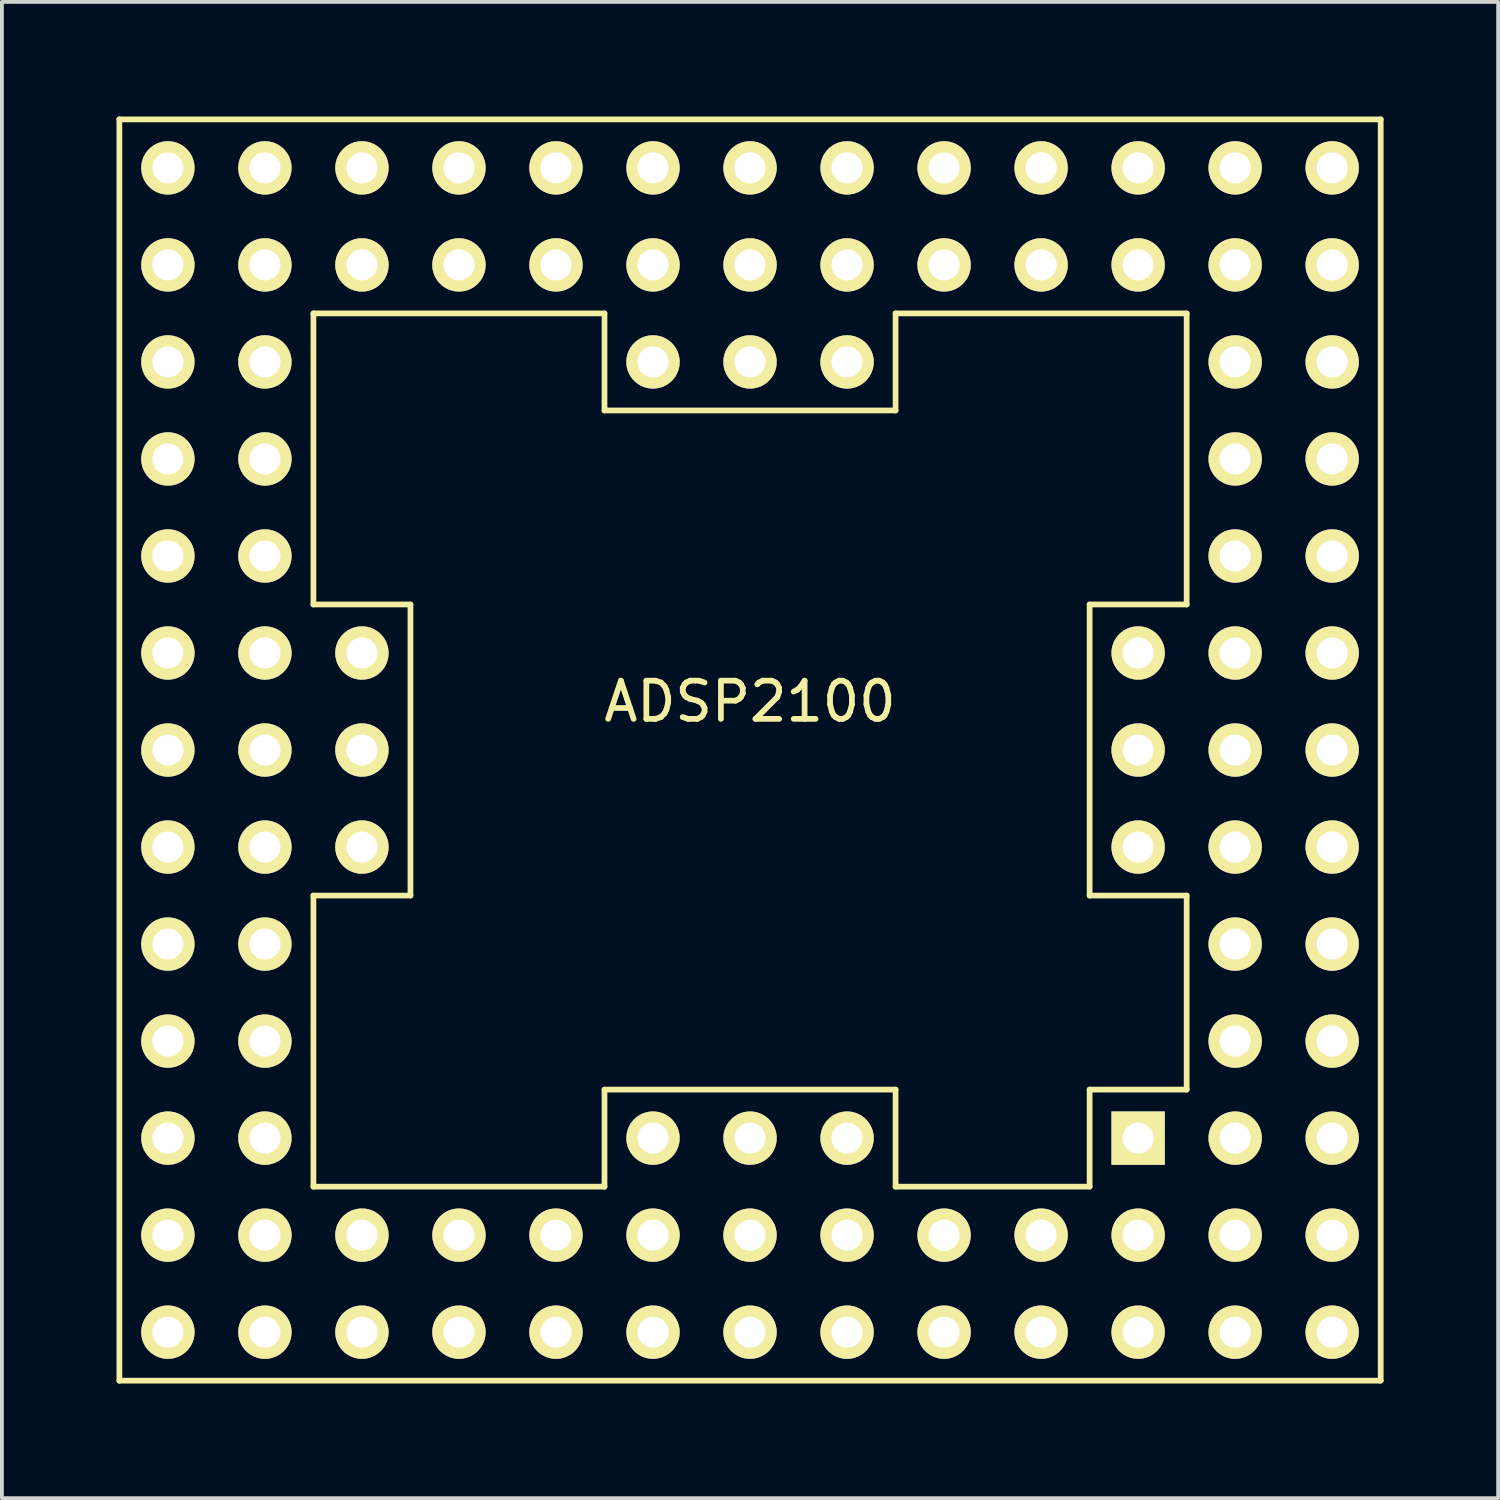
<source format=kicad_pcb>
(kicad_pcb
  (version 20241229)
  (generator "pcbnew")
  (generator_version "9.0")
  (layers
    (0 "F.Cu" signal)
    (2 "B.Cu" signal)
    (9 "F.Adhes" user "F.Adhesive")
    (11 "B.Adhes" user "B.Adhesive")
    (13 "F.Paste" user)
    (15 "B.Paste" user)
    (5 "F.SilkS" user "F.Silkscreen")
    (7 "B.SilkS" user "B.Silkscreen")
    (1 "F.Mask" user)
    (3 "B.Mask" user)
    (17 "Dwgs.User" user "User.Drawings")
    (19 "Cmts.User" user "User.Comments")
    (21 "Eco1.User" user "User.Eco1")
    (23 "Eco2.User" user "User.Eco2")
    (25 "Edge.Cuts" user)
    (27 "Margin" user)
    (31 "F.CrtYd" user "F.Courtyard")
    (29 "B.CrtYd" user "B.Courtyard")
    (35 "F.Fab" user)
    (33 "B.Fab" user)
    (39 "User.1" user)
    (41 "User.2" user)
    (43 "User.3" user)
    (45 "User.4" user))
  (footprint "ADSP2100"
    (layer "F.Cu")
    (at 16.585 16.585)
    (property "Reference" "ADSP2100" (at 0 -1.27 0) (layer "F.SilkS") (effects (font (size 1 1) (thickness 0.15))))
    (attr through_hole)
    (fp_line (start -16.51 -16.51) (end 16.51 -16.51) (stroke (width 0.15) (type solid)) (layer "F.SilkS"))
    (fp_line (start -16.51 16.51) (end -16.51 -16.51) (stroke (width 0.15) (type solid)) (layer "F.SilkS"))
    (fp_line (start -11.43 -11.43) (end -3.81 -11.43) (stroke (width 0.15) (type solid)) (layer "F.SilkS"))
    (fp_line (start -11.43 -3.81) (end -11.43 -11.43) (stroke (width 0.15) (type solid)) (layer "F.SilkS"))
    (fp_line (start -11.43 3.81) (end -8.89 3.81) (stroke (width 0.15) (type solid)) (layer "F.SilkS"))
    (fp_line (start -11.43 11.43) (end -11.43 3.81) (stroke (width 0.15) (type solid)) (layer "F.SilkS"))
    (fp_line (start -8.89 -3.81) (end -11.43 -3.81) (stroke (width 0.15) (type solid)) (layer "F.SilkS"))
    (fp_line (start -8.89 3.81) (end -8.89 -3.81) (stroke (width 0.15) (type solid)) (layer "F.SilkS"))
    (fp_line (start -3.81 -11.43) (end -3.81 -8.89) (stroke (width 0.15) (type solid)) (layer "F.SilkS"))
    (fp_line (start -3.81 -8.89) (end 3.81 -8.89) (stroke (width 0.15) (type solid)) (layer "F.SilkS"))
    (fp_line (start -3.81 8.89) (end -3.81 11.43) (stroke (width 0.15) (type solid)) (layer "F.SilkS"))
    (fp_line (start -3.81 11.43) (end -11.43 11.43) (stroke (width 0.15) (type solid)) (layer "F.SilkS"))
    (fp_line (start 3.81 -11.43) (end 11.43 -11.43) (stroke (width 0.15) (type solid)) (layer "F.SilkS"))
    (fp_line (start 3.81 -8.89) (end 3.81 -11.43) (stroke (width 0.15) (type solid)) (layer "F.SilkS"))
    (fp_line (start 3.81 8.89) (end -3.81 8.89) (stroke (width 0.15) (type solid)) (layer "F.SilkS"))
    (fp_line (start 3.81 11.43) (end 3.81 8.89) (stroke (width 0.15) (type solid)) (layer "F.SilkS"))
    (fp_line (start 8.89 -3.81) (end 8.89 3.81) (stroke (width 0.15) (type solid)) (layer "F.SilkS"))
    (fp_line (start 8.89 3.81) (end 11.43 3.81) (stroke (width 0.15) (type solid)) (layer "F.SilkS"))
    (fp_line (start 8.89 8.89) (end 8.89 11.43) (stroke (width 0.15) (type solid)) (layer "F.SilkS"))
    (fp_line (start 8.89 11.43) (end 3.81 11.43) (stroke (width 0.15) (type solid)) (layer "F.SilkS"))
    (fp_line (start 11.43 -11.43) (end 11.43 -3.81) (stroke (width 0.15) (type solid)) (layer "F.SilkS"))
    (fp_line (start 11.43 -3.81) (end 8.89 -3.81) (stroke (width 0.15) (type solid)) (layer "F.SilkS"))
    (fp_line (start 11.43 3.81) (end 11.43 8.89) (stroke (width 0.15) (type solid)) (layer "F.SilkS"))
    (fp_line (start 11.43 8.89) (end 8.89 8.89) (stroke (width 0.15) (type solid)) (layer "F.SilkS"))
    (fp_line (start 16.51 -16.51) (end 16.51 16.51) (stroke (width 0.15) (type solid)) (layer "F.SilkS"))
    (fp_line (start 16.51 16.51) (end -16.51 16.51) (stroke (width 0.15) (type solid)) (layer "F.SilkS"))
    (pad "A1" thru_hole circle (at 15.24 15.24) (size 1.397 1.397) (drill 0.813) (layers "*.Cu" "*.Mask" "F.SilkS"))
    (pad "A2" thru_hole circle (at 12.7 15.24) (size 1.397 1.397) (drill 0.813) (layers "*.Cu" "*.Mask" "F.SilkS"))
    (pad "A3" thru_hole circle (at 10.16 15.24) (size 1.397 1.397) (drill 0.813) (layers "*.Cu" "*.Mask" "F.SilkS"))
    (pad "A4" thru_hole circle (at 7.62 15.24) (size 1.397 1.397) (drill 0.813) (layers "*.Cu" "*.Mask" "F.SilkS"))
    (pad "A5" thru_hole circle (at 5.08 15.24) (size 1.397 1.397) (drill 0.813) (layers "*.Cu" "*.Mask" "F.SilkS"))
    (pad "A6" thru_hole circle (at 2.54 15.24) (size 1.397 1.397) (drill 0.813) (layers "*.Cu" "*.Mask" "F.SilkS"))
    (pad "A7" thru_hole circle (at 0 15.24) (size 1.397 1.397) (drill 0.813) (layers "*.Cu" "*.Mask" "F.SilkS"))
    (pad "A8" thru_hole circle (at -2.54 15.24) (size 1.397 1.397) (drill 0.813) (layers "*.Cu" "*.Mask" "F.SilkS"))
    (pad "A9" thru_hole circle (at -5.08 15.24) (size 1.397 1.397) (drill 0.813) (layers "*.Cu" "*.Mask" "F.SilkS"))
    (pad "A10" thru_hole circle (at -7.62 15.24) (size 1.397 1.397) (drill 0.813) (layers "*.Cu" "*.Mask" "F.SilkS"))
    (pad "A11" thru_hole circle (at -10.16 15.24) (size 1.397 1.397) (drill 0.813) (layers "*.Cu" "*.Mask" "F.SilkS"))
    (pad "A12" thru_hole circle (at -12.7 15.24) (size 1.397 1.397) (drill 0.813) (layers "*.Cu" "*.Mask" "F.SilkS"))
    (pad "A13" thru_hole circle (at -15.24 15.24) (size 1.397 1.397) (drill 0.813) (layers "*.Cu" "*.Mask" "F.SilkS"))
    (pad "B1" thru_hole circle (at 15.24 12.7) (size 1.397 1.397) (drill 0.813) (layers "*.Cu" "*.Mask" "F.SilkS"))
    (pad "B2" thru_hole circle (at 12.7 12.7) (size 1.397 1.397) (drill 0.813) (layers "*.Cu" "*.Mask" "F.SilkS"))
    (pad "B3" thru_hole circle (at 10.16 12.7) (size 1.397 1.397) (drill 0.813) (layers "*.Cu" "*.Mask" "F.SilkS"))
    (pad "B4" thru_hole circle (at 7.62 12.7) (size 1.397 1.397) (drill 0.813) (layers "*.Cu" "*.Mask" "F.SilkS"))
    (pad "B5" thru_hole circle (at 5.08 12.7) (size 1.397 1.397) (drill 0.813) (layers "*.Cu" "*.Mask" "F.SilkS"))
    (pad "B6" thru_hole circle (at 2.54 12.7) (size 1.397 1.397) (drill 0.813) (layers "*.Cu" "*.Mask" "F.SilkS"))
    (pad "B7" thru_hole circle (at 0 12.7) (size 1.397 1.397) (drill 0.813) (layers "*.Cu" "*.Mask" "F.SilkS"))
    (pad "B8" thru_hole circle (at -2.54 12.7) (size 1.397 1.397) (drill 0.813) (layers "*.Cu" "*.Mask" "F.SilkS"))
    (pad "B9" thru_hole circle (at -5.08 12.7) (size 1.397 1.397) (drill 0.813) (layers "*.Cu" "*.Mask" "F.SilkS"))
    (pad "B10" thru_hole circle (at -7.62 12.7) (size 1.397 1.397) (drill 0.813) (layers "*.Cu" "*.Mask" "F.SilkS"))
    (pad "B11" thru_hole circle (at -10.16 12.7) (size 1.397 1.397) (drill 0.813) (layers "*.Cu" "*.Mask" "F.SilkS"))
    (pad "B12" thru_hole circle (at -12.7 12.7) (size 1.397 1.397) (drill 0.813) (layers "*.Cu" "*.Mask" "F.SilkS"))
    (pad "B13" thru_hole circle (at -15.24 12.7) (size 1.397 1.397) (drill 0.813) (layers "*.Cu" "*.Mask" "F.SilkS"))
    (pad "C1" thru_hole circle (at 15.24 10.16) (size 1.397 1.397) (drill 0.813) (layers "*.Cu" "*.Mask" "F.SilkS"))
    (pad "C2" thru_hole circle (at 12.7 10.16) (size 1.397 1.397) (drill 0.813) (layers "*.Cu" "*.Mask" "F.SilkS"))
    (pad "C3" thru_hole rect (at 10.16 10.16) (size 1.397 1.397) (drill 0.813) (layers "*.Cu" "*.Mask" "F.SilkS"))
    (pad "C6" thru_hole circle (at 2.54 10.16) (size 1.397 1.397) (drill 0.813) (layers "*.Cu" "*.Mask" "F.SilkS"))
    (pad "C7" thru_hole circle (at 0 10.16) (size 1.397 1.397) (drill 0.813) (layers "*.Cu" "*.Mask" "F.SilkS"))
    (pad "C8" thru_hole circle (at -2.54 10.16) (size 1.397 1.397) (drill 0.813) (layers "*.Cu" "*.Mask" "F.SilkS"))
    (pad "C12" thru_hole circle (at -12.7 10.16) (size 1.397 1.397) (drill 0.813) (layers "*.Cu" "*.Mask" "F.SilkS"))
    (pad "C13" thru_hole circle (at -15.24 10.16) (size 1.397 1.397) (drill 0.813) (layers "*.Cu" "*.Mask" "F.SilkS"))
    (pad "D1" thru_hole circle (at 15.24 7.62) (size 1.397 1.397) (drill 0.813) (layers "*.Cu" "*.Mask" "F.SilkS"))
    (pad "D2" thru_hole circle (at 12.7 7.62) (size 1.397 1.397) (drill 0.813) (layers "*.Cu" "*.Mask" "F.SilkS"))
    (pad "D12" thru_hole circle (at -12.7 7.62) (size 1.397 1.397) (drill 0.813) (layers "*.Cu" "*.Mask" "F.SilkS"))
    (pad "D13" thru_hole circle (at -15.24 7.62) (size 1.397 1.397) (drill 0.813) (layers "*.Cu" "*.Mask" "F.SilkS"))
    (pad "E1" thru_hole circle (at 15.24 5.08) (size 1.397 1.397) (drill 0.813) (layers "*.Cu" "*.Mask" "F.SilkS"))
    (pad "E2" thru_hole circle (at 12.7 5.08) (size 1.397 1.397) (drill 0.813) (layers "*.Cu" "*.Mask" "F.SilkS"))
    (pad "E12" thru_hole circle (at -12.7 5.08) (size 1.397 1.397) (drill 0.813) (layers "*.Cu" "*.Mask" "F.SilkS"))
    (pad "E13" thru_hole circle (at -15.24 5.08) (size 1.397 1.397) (drill 0.813) (layers "*.Cu" "*.Mask" "F.SilkS"))
    (pad "F1" thru_hole circle (at 15.24 2.54) (size 1.397 1.397) (drill 0.813) (layers "*.Cu" "*.Mask" "F.SilkS"))
    (pad "F2" thru_hole circle (at 12.7 2.54) (size 1.397 1.397) (drill 0.813) (layers "*.Cu" "*.Mask" "F.SilkS"))
    (pad "F3" thru_hole circle (at 10.16 2.54) (size 1.397 1.397) (drill 0.813) (layers "*.Cu" "*.Mask" "F.SilkS"))
    (pad "F11" thru_hole circle (at -10.16 2.54) (size 1.397 1.397) (drill 0.813) (layers "*.Cu" "*.Mask" "F.SilkS"))
    (pad "F12" thru_hole circle (at -12.7 2.54) (size 1.397 1.397) (drill 0.813) (layers "*.Cu" "*.Mask" "F.SilkS"))
    (pad "F13" thru_hole circle (at -15.24 2.54) (size 1.397 1.397) (drill 0.813) (layers "*.Cu" "*.Mask" "F.SilkS"))
    (pad "G1" thru_hole circle (at 15.24 0) (size 1.397 1.397) (drill 0.813) (layers "*.Cu" "*.Mask" "F.SilkS"))
    (pad "G2" thru_hole circle (at 12.7 0) (size 1.397 1.397) (drill 0.813) (layers "*.Cu" "*.Mask" "F.SilkS"))
    (pad "G3" thru_hole circle (at 10.16 0) (size 1.397 1.397) (drill 0.813) (layers "*.Cu" "*.Mask" "F.SilkS"))
    (pad "G11" thru_hole circle (at -10.16 0) (size 1.397 1.397) (drill 0.813) (layers "*.Cu" "*.Mask" "F.SilkS"))
    (pad "G12" thru_hole circle (at -12.7 0) (size 1.397 1.397) (drill 0.813) (layers "*.Cu" "*.Mask" "F.SilkS"))
    (pad "G13" thru_hole circle (at -15.24 0) (size 1.397 1.397) (drill 0.813) (layers "*.Cu" "*.Mask" "F.SilkS"))
    (pad "H1" thru_hole circle (at 15.24 -2.54) (size 1.397 1.397) (drill 0.813) (layers "*.Cu" "*.Mask" "F.SilkS"))
    (pad "H2" thru_hole circle (at 12.7 -2.54) (size 1.397 1.397) (drill 0.813) (layers "*.Cu" "*.Mask" "F.SilkS"))
    (pad "H3" thru_hole circle (at 10.16 -2.54) (size 1.397 1.397) (drill 0.813) (layers "*.Cu" "*.Mask" "F.SilkS"))
    (pad "H11" thru_hole circle (at -10.16 -2.54) (size 1.397 1.397) (drill 0.813) (layers "*.Cu" "*.Mask" "F.SilkS"))
    (pad "H12" thru_hole circle (at -12.7 -2.54) (size 1.397 1.397) (drill 0.813) (layers "*.Cu" "*.Mask" "F.SilkS"))
    (pad "H13" thru_hole circle (at -15.24 -2.54) (size 1.397 1.397) (drill 0.813) (layers "*.Cu" "*.Mask" "F.SilkS"))
    (pad "J1" thru_hole circle (at 15.24 -5.08) (size 1.397 1.397) (drill 0.813) (layers "*.Cu" "*.Mask" "F.SilkS"))
    (pad "J2" thru_hole circle (at 12.7 -5.08) (size 1.397 1.397) (drill 0.813) (layers "*.Cu" "*.Mask" "F.SilkS"))
    (pad "J12" thru_hole circle (at -12.7 -5.08) (size 1.397 1.397) (drill 0.813) (layers "*.Cu" "*.Mask" "F.SilkS"))
    (pad "J13" thru_hole circle (at -15.24 -5.08) (size 1.397 1.397) (drill 0.813) (layers "*.Cu" "*.Mask" "F.SilkS"))
    (pad "K1" thru_hole circle (at 15.24 -7.62) (size 1.397 1.397) (drill 0.813) (layers "*.Cu" "*.Mask" "F.SilkS"))
    (pad "K2" thru_hole circle (at 12.7 -7.62) (size 1.397 1.397) (drill 0.813) (layers "*.Cu" "*.Mask" "F.SilkS"))
    (pad "K12" thru_hole circle (at -12.7 -7.62) (size 1.397 1.397) (drill 0.813) (layers "*.Cu" "*.Mask" "F.SilkS"))
    (pad "K13" thru_hole circle (at -15.24 -7.62) (size 1.397 1.397) (drill 0.813) (layers "*.Cu" "*.Mask" "F.SilkS"))
    (pad "L1" thru_hole circle (at 15.24 -10.16) (size 1.397 1.397) (drill 0.813) (layers "*.Cu" "*.Mask" "F.SilkS"))
    (pad "L2" thru_hole circle (at 12.7 -10.16) (size 1.397 1.397) (drill 0.813) (layers "*.Cu" "*.Mask" "F.SilkS"))
    (pad "L6" thru_hole circle (at 2.54 -10.16) (size 1.397 1.397) (drill 0.813) (layers "*.Cu" "*.Mask" "F.SilkS"))
    (pad "L7" thru_hole circle (at 0 -10.16) (size 1.397 1.397) (drill 0.813) (layers "*.Cu" "*.Mask" "F.SilkS"))
    (pad "L8" thru_hole circle (at -2.54 -10.16) (size 1.397 1.397) (drill 0.813) (layers "*.Cu" "*.Mask" "F.SilkS"))
    (pad "L12" thru_hole circle (at -12.7 -10.16) (size 1.397 1.397) (drill 0.813) (layers "*.Cu" "*.Mask" "F.SilkS"))
    (pad "L13" thru_hole circle (at -15.24 -10.16) (size 1.397 1.397) (drill 0.813) (layers "*.Cu" "*.Mask" "F.SilkS"))
    (pad "M1" thru_hole circle (at 15.24 -12.7) (size 1.397 1.397) (drill 0.813) (layers "*.Cu" "*.Mask" "F.SilkS"))
    (pad "M2" thru_hole circle (at 12.7 -12.7) (size 1.397 1.397) (drill 0.813) (layers "*.Cu" "*.Mask" "F.SilkS"))
    (pad "M3" thru_hole circle (at 10.16 -12.7) (size 1.397 1.397) (drill 0.813) (layers "*.Cu" "*.Mask" "F.SilkS"))
    (pad "M4" thru_hole circle (at 7.62 -12.7) (size 1.397 1.397) (drill 0.813) (layers "*.Cu" "*.Mask" "F.SilkS"))
    (pad "M5" thru_hole circle (at 5.08 -12.7) (size 1.397 1.397) (drill 0.813) (layers "*.Cu" "*.Mask" "F.SilkS"))
    (pad "M6" thru_hole circle (at 2.54 -12.7) (size 1.397 1.397) (drill 0.813) (layers "*.Cu" "*.Mask" "F.SilkS"))
    (pad "M7" thru_hole circle (at 0 -12.7) (size 1.397 1.397) (drill 0.813) (layers "*.Cu" "*.Mask" "F.SilkS"))
    (pad "M8" thru_hole circle (at -2.54 -12.7) (size 1.397 1.397) (drill 0.813) (layers "*.Cu" "*.Mask" "F.SilkS"))
    (pad "M9" thru_hole circle (at -5.08 -12.7) (size 1.397 1.397) (drill 0.813) (layers "*.Cu" "*.Mask" "F.SilkS"))
    (pad "M10" thru_hole circle (at -7.62 -12.7) (size 1.397 1.397) (drill 0.813) (layers "*.Cu" "*.Mask" "F.SilkS"))
    (pad "M11" thru_hole circle (at -10.16 -12.7) (size 1.397 1.397) (drill 0.813) (layers "*.Cu" "*.Mask" "F.SilkS"))
    (pad "M12" thru_hole circle (at -12.7 -12.7) (size 1.397 1.397) (drill 0.813) (layers "*.Cu" "*.Mask" "F.SilkS"))
    (pad "M13" thru_hole circle (at -15.24 -12.7) (size 1.397 1.397) (drill 0.813) (layers "*.Cu" "*.Mask" "F.SilkS"))
    (pad "N1" thru_hole circle (at 15.24 -15.24) (size 1.397 1.397) (drill 0.813) (layers "*.Cu" "*.Mask" "F.SilkS"))
    (pad "N2" thru_hole circle (at 12.7 -15.24) (size 1.397 1.397) (drill 0.813) (layers "*.Cu" "*.Mask" "F.SilkS"))
    (pad "N3" thru_hole circle (at 10.16 -15.24) (size 1.397 1.397) (drill 0.813) (layers "*.Cu" "*.Mask" "F.SilkS"))
    (pad "N4" thru_hole circle (at 7.62 -15.24) (size 1.397 1.397) (drill 0.813) (layers "*.Cu" "*.Mask" "F.SilkS"))
    (pad "N5" thru_hole circle (at 5.08 -15.24) (size 1.397 1.397) (drill 0.813) (layers "*.Cu" "*.Mask" "F.SilkS"))
    (pad "N6" thru_hole circle (at 2.54 -15.24) (size 1.397 1.397) (drill 0.813) (layers "*.Cu" "*.Mask" "F.SilkS"))
    (pad "N7" thru_hole circle (at 0 -15.24) (size 1.397 1.397) (drill 0.813) (layers "*.Cu" "*.Mask" "F.SilkS"))
    (pad "N8" thru_hole circle (at -2.54 -15.24) (size 1.397 1.397) (drill 0.813) (layers "*.Cu" "*.Mask" "F.SilkS"))
    (pad "N9" thru_hole circle (at -5.08 -15.24) (size 1.397 1.397) (drill 0.813) (layers "*.Cu" "*.Mask" "F.SilkS"))
    (pad "N10" thru_hole circle (at -7.62 -15.24) (size 1.397 1.397) (drill 0.813) (layers "*.Cu" "*.Mask" "F.SilkS"))
    (pad "N11" thru_hole circle (at -10.16 -15.24) (size 1.397 1.397) (drill 0.813) (layers "*.Cu" "*.Mask" "F.SilkS"))
    (pad "N12" thru_hole circle (at -12.7 -15.24) (size 1.397 1.397) (drill 0.813) (layers "*.Cu" "*.Mask" "F.SilkS"))
    (pad "N13" thru_hole circle (at -15.24 -15.24) (size 1.397 1.397) (drill 0.813) (layers "*.Cu" "*.Mask" "F.SilkS")))
  (gr_rect
    (start -3 -3)
    (end 36.17 36.17)
    (stroke (width 0.1) (type default))
    (fill no)
    (layer "Edge.Cuts")))
</source>
